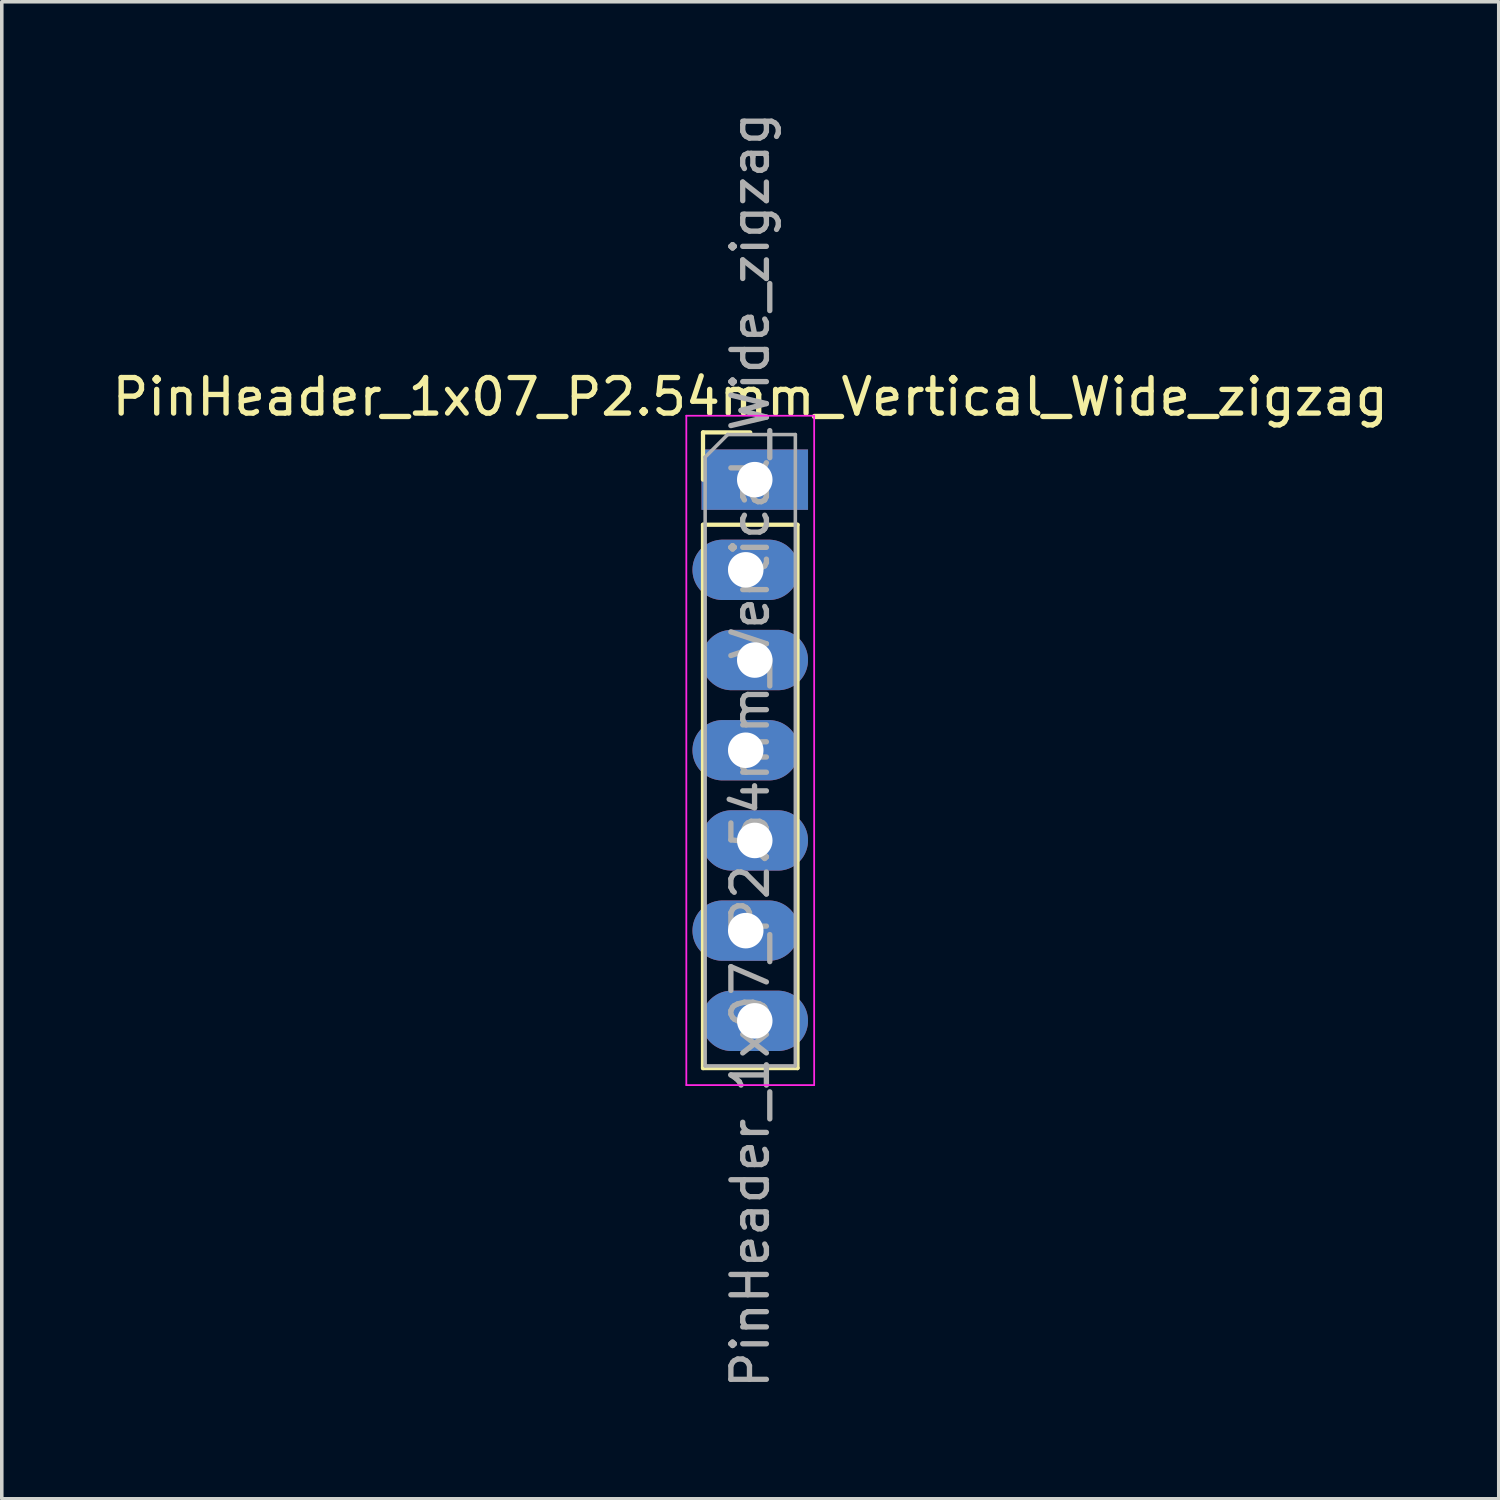
<source format=kicad_pcb>
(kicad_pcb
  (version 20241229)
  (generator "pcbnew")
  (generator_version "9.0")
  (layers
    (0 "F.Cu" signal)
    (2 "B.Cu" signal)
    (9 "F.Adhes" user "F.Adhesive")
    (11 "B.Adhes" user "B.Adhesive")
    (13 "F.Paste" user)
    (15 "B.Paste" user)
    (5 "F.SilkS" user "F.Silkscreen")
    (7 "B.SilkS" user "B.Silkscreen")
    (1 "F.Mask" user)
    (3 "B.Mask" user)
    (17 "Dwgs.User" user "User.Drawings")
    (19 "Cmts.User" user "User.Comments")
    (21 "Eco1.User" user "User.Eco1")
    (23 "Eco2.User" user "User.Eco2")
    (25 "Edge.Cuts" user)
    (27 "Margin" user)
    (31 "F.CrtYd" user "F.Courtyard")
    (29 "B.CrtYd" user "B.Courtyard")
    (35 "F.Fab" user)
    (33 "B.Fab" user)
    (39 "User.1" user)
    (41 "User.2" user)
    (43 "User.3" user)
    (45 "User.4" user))
  (footprint "PinHeader_1x07_P2.54mm_Vertical_Wide_zigzag"
    (layer "F.Cu")
    (at 18.077 10.457)
    (property "Reference" "PinHeader_1x07_P2.54mm_Vertical_Wide_zigzag" (at 0 -2.33 0) (layer "F.SilkS") (effects (font (size 1 1) (thickness 0.15))))
    (attr through_hole)
    (fp_line (start -1.33 -1.33) (end 0 -1.33) (stroke (width 0.12) (type solid)) (layer "F.SilkS"))
    (fp_line (start -1.33 0) (end -1.33 -1.33) (stroke (width 0.12) (type solid)) (layer "F.SilkS"))
    (fp_line (start -1.33 1.27) (end -1.33 16.57) (stroke (width 0.12) (type solid)) (layer "F.SilkS"))
    (fp_line (start -1.33 1.27) (end 1.33 1.27) (stroke (width 0.12) (type solid)) (layer "F.SilkS"))
    (fp_line (start -1.33 16.57) (end 1.33 16.57) (stroke (width 0.12) (type solid)) (layer "F.SilkS"))
    (fp_line (start 1.33 1.27) (end 1.33 16.57) (stroke (width 0.12) (type solid)) (layer "F.SilkS"))
    (fp_line (start -1.8 -1.8) (end -1.8 17.05) (stroke (width 0.05) (type solid)) (layer "F.CrtYd"))
    (fp_line (start -1.8 17.05) (end 1.8 17.05) (stroke (width 0.05) (type solid)) (layer "F.CrtYd"))
    (fp_line (start 1.8 -1.8) (end -1.8 -1.8) (stroke (width 0.05) (type solid)) (layer "F.CrtYd"))
    (fp_line (start 1.8 17.05) (end 1.8 -1.8) (stroke (width 0.05) (type solid)) (layer "F.CrtYd"))
    (fp_line (start -1.27 -0.635) (end -0.635 -1.27) (stroke (width 0.1) (type solid)) (layer "F.Fab"))
    (fp_line (start -1.27 16.51) (end -1.27 -0.635) (stroke (width 0.1) (type solid)) (layer "F.Fab"))
    (fp_line (start -0.635 -1.27) (end 1.27 -1.27) (stroke (width 0.1) (type solid)) (layer "F.Fab"))
    (fp_line (start 1.27 -1.27) (end 1.27 16.51) (stroke (width 0.1) (type solid)) (layer "F.Fab"))
    (fp_line (start 1.27 16.51) (end -1.27 16.51) (stroke (width 0.1) (type solid)) (layer "F.Fab"))
    (fp_text user "${REFERENCE}" (at 0 7.62 90) (layer "F.Fab") (effects (font (size 1 1) (thickness 0.15))))
    (pad "1" thru_hole rect (at 0.127 0) (size 3 1.7) (drill 1) (layers "*.Cu" "*.Mask"))
    (pad "2" thru_hole oval (at -0.127 2.54) (size 3 1.7) (drill 1) (layers "*.Cu" "*.Mask"))
    (pad "3" thru_hole oval (at 0.127 5.08) (size 3 1.7) (drill 1) (layers "*.Cu" "*.Mask"))
    (pad "4" thru_hole oval (at -0.127 7.62) (size 3 1.7) (drill 1) (layers "*.Cu" "*.Mask"))
    (pad "5" thru_hole oval (at 0.127 10.16) (size 3 1.7) (drill 1) (layers "*.Cu" "*.Mask"))
    (pad "6" thru_hole oval (at -0.127 12.7) (size 3 1.7) (drill 1) (layers "*.Cu" "*.Mask"))
    (pad "7" thru_hole oval (at 0.127 15.24) (size 3 1.7) (drill 1) (layers "*.Cu" "*.Mask")))
  (gr_rect
    (start -3 -3)
    (end 39.155 39.155)
    (stroke (width 0.1) (type default))
    (fill no)
    (layer "Edge.Cuts")))
</source>
